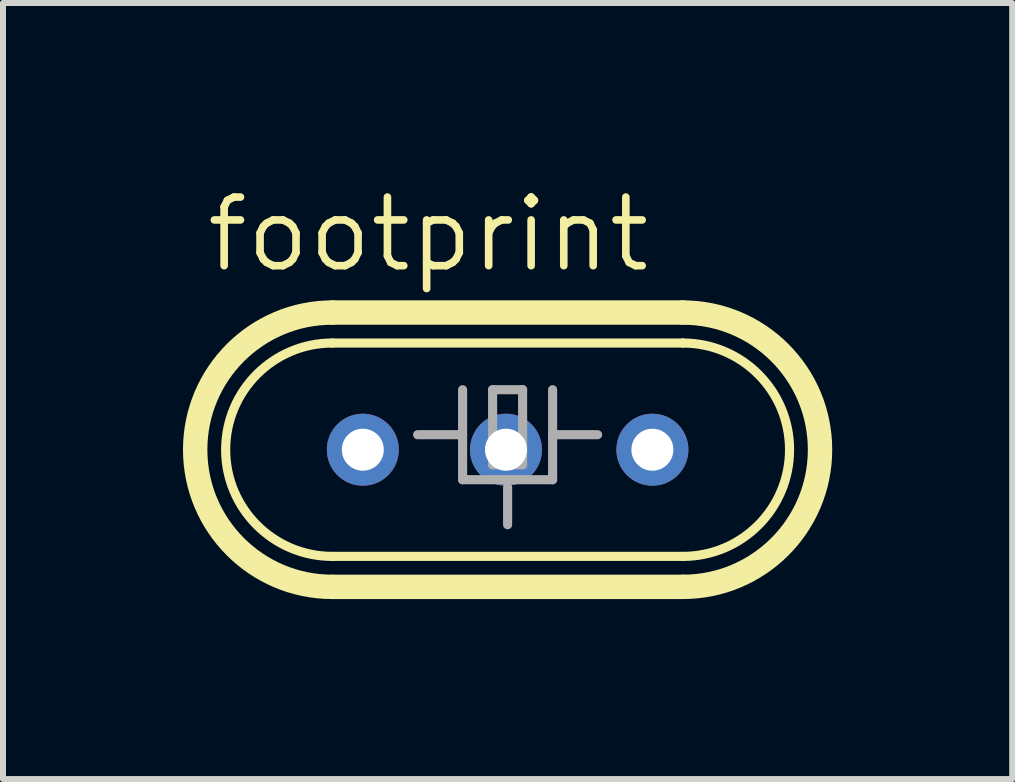
<source format=kicad_pcb>
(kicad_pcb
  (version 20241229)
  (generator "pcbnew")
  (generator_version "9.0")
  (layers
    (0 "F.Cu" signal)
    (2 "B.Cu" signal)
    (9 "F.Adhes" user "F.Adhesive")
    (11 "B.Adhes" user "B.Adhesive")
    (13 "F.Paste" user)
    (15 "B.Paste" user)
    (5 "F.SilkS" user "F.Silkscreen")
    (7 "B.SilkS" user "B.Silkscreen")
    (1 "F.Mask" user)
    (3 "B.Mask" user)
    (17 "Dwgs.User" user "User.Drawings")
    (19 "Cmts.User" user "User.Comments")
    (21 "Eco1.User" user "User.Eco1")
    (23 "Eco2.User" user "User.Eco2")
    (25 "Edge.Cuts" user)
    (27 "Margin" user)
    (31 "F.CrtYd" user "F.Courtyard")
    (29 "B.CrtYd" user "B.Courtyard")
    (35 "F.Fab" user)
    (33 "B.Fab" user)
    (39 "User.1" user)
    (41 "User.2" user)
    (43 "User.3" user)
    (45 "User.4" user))
  (footprint "footprint"
    (layer "F.Cu")
    (at 5.41 4.445)
    (property "Reference" "footprint" (at -5.08 -2.921 0) (layer "F.SilkS") (effects (font (size 1.143 1.143) (thickness 0.127)) (justify left bottom)))
    (fp_line (start -2.921 -2.286) (end 2.921 -2.286) (stroke (width 0.406) (type solid)) (layer "F.SilkS"))
    (fp_line (start -2.921 1.778) (end 2.921 1.778) (stroke (width 0.152) (type solid)) (layer "F.SilkS"))
    (fp_line (start -2.921 2.286) (end 2.921 2.286) (stroke (width 0.406) (type solid)) (layer "F.SilkS"))
    (fp_line (start 2.921 -1.778) (end -2.921 -1.778) (stroke (width 0.152) (type solid)) (layer "F.SilkS"))
    (fp_arc (start -2.921 1.778) (mid -4.699 0) (end -2.921 -1.778) (stroke (width 0.1524) (type solid)) (layer "F.SilkS"))
    (fp_arc (start -2.921 2.286) (mid -5.207 0) (end -2.921 -2.286) (stroke (width 0.4064) (type solid)) (layer "F.SilkS"))
    (fp_arc (start 2.921 -2.286) (mid 5.207 0) (end 2.921 2.286) (stroke (width 0.4064) (type solid)) (layer "F.SilkS"))
    (fp_arc (start 2.921 -1.778) (mid 4.699 0) (end 2.921 1.778) (stroke (width 0.1524) (type solid)) (layer "F.SilkS"))
    (fp_line (start -0.75 -1) (end -0.75 -0.25) (stroke (width 0.152) (type solid)) (layer "F.Fab"))
    (fp_line (start -0.75 -0.25) (end -1.5 -0.25) (stroke (width 0.152) (type solid)) (layer "F.Fab"))
    (fp_line (start -0.75 -0.25) (end -0.75 0.5) (stroke (width 0.152) (type solid)) (layer "F.Fab"))
    (fp_line (start -0.75 0.5) (end 0.75 0.5) (stroke (width 0.152) (type solid)) (layer "F.Fab"))
    (fp_line (start -0.25 -1) (end 0.25 -1) (stroke (width 0.152) (type solid)) (layer "F.Fab"))
    (fp_line (start -0.25 0.25) (end -0.25 -1) (stroke (width 0.152) (type solid)) (layer "F.Fab"))
    (fp_line (start 0 1.25) (end 0 0.625) (stroke (width 0.152) (type solid)) (layer "F.Fab"))
    (fp_line (start 0.25 -1) (end 0.25 0.25) (stroke (width 0.152) (type solid)) (layer "F.Fab"))
    (fp_line (start 0.25 0.25) (end -0.25 0.25) (stroke (width 0.152) (type solid)) (layer "F.Fab"))
    (fp_line (start 0.75 -1) (end 0.75 -0.25) (stroke (width 0.152) (type solid)) (layer "F.Fab"))
    (fp_line (start 0.75 -0.25) (end 0.75 0.5) (stroke (width 0.152) (type solid)) (layer "F.Fab"))
    (fp_line (start 0.75 -0.25) (end 1.5 -0.25) (stroke (width 0.152) (type solid)) (layer "F.Fab"))
    (pad "1" thru_hole circle (at -2.413 0) (size 1.2 1.2) (drill 0.7) (layers "*.Cu" "*.Mask"))
    (pad "2" thru_hole circle (at -0.027 0) (size 1.2 1.2) (drill 0.7) (layers "*.Cu" "*.Mask"))
    (pad "3" thru_hole circle (at 2.413 0) (size 1.2 1.2) (drill 0.7) (layers "*.Cu" "*.Mask")))
  (gr_rect
    (start -3 -3)
    (end 13.82 9.934)
    (stroke (width 0.1) (type default))
    (fill no)
    (layer "Edge.Cuts")))
</source>
